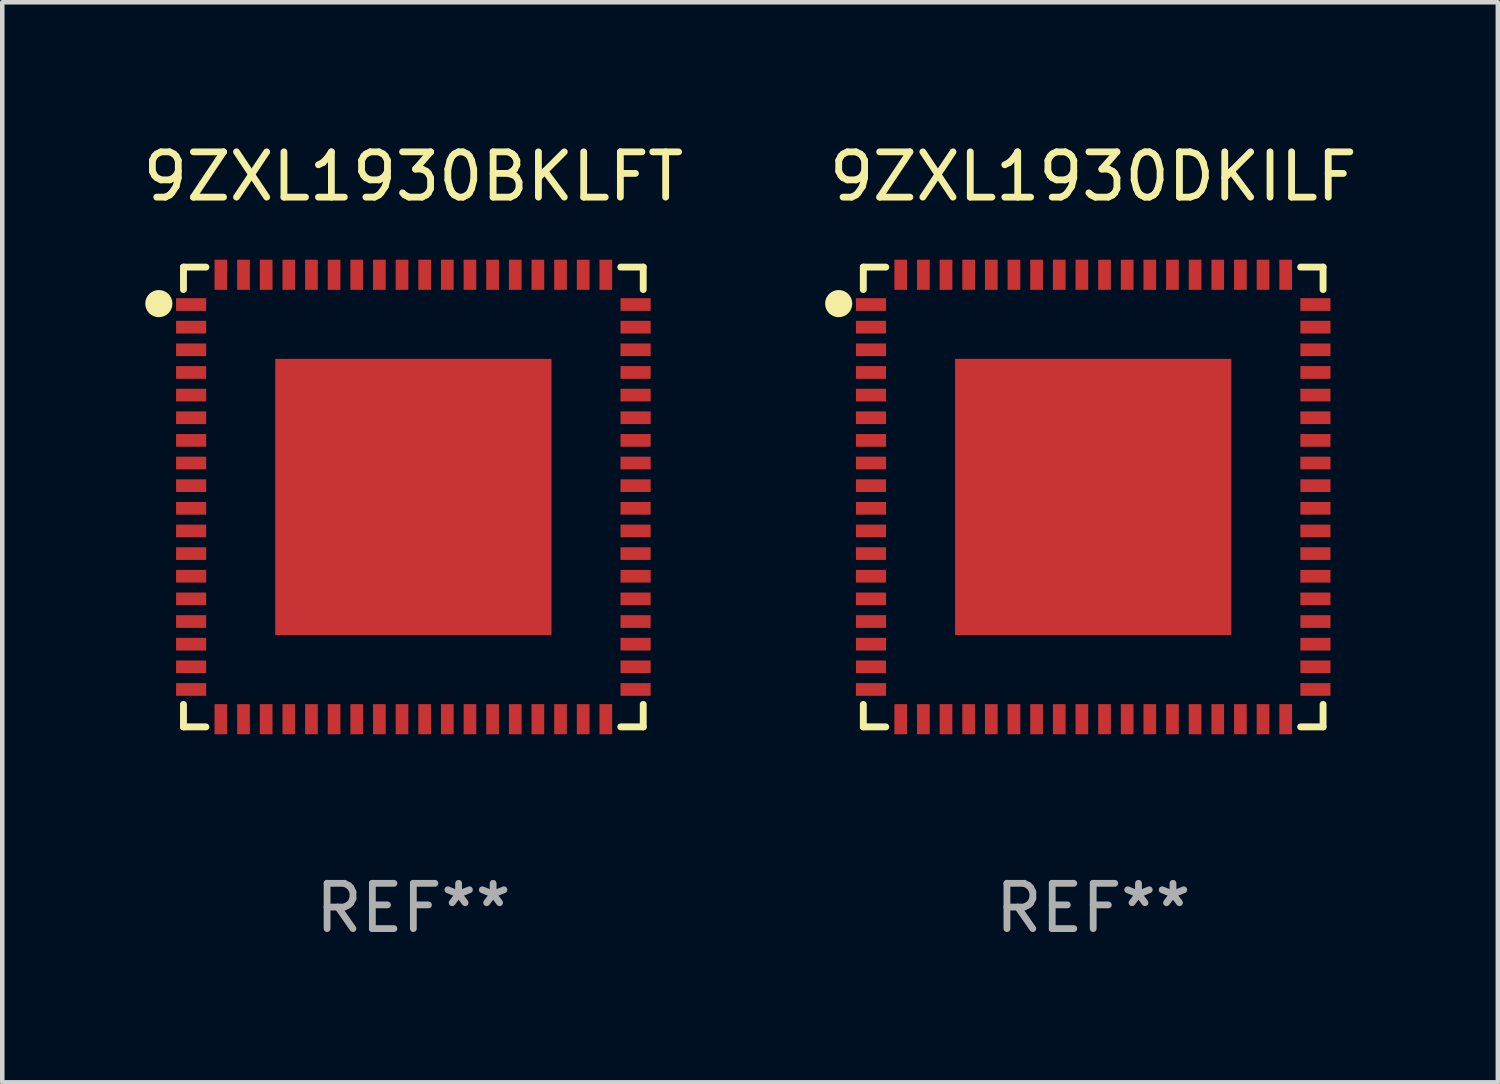
<source format=kicad_pcb>
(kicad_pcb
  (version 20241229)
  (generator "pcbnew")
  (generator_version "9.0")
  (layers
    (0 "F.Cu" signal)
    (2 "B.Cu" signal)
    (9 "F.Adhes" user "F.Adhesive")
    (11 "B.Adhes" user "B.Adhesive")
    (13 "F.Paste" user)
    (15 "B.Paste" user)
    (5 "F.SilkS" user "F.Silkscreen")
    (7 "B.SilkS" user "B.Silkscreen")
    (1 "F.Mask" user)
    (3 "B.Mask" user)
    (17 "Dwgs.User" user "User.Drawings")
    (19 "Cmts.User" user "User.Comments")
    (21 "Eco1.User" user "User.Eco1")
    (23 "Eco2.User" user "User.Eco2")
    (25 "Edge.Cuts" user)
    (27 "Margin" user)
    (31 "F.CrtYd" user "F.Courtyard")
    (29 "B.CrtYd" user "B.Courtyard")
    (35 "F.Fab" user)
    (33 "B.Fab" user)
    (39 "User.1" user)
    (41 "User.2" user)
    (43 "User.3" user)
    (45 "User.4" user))
  (footprint "9ZXL1930DKILF"
    (layer "F.Cu")
    (at 21.089 7.924)
    (property "Reference" "9ZXL1930DKILF" (at 0 -7.076 0) (layer "F.SilkS") (effects (font (size 1 1) (thickness 0.15))))
    (attr through_hole)
    (fp_line (start -5.076 -5.076) (end -5.076 -4.58) (stroke (width 0.152) (type solid)) (layer "F.SilkS"))
    (fp_line (start -5.076 5.076) (end -5.076 4.58) (stroke (width 0.152) (type solid)) (layer "F.SilkS"))
    (fp_line (start -4.58 -5.076) (end -5.076 -5.076) (stroke (width 0.152) (type solid)) (layer "F.SilkS"))
    (fp_line (start -4.58 5.076) (end -5.076 5.076) (stroke (width 0.152) (type solid)) (layer "F.SilkS"))
    (fp_line (start 4.58 -5.076) (end 5.076 -5.076) (stroke (width 0.152) (type solid)) (layer "F.SilkS"))
    (fp_line (start 4.58 5.076) (end 5.076 5.076) (stroke (width 0.152) (type solid)) (layer "F.SilkS"))
    (fp_line (start 5.076 -5.076) (end 5.076 -4.58) (stroke (width 0.152) (type solid)) (layer "F.SilkS"))
    (fp_line (start 5.076 5.076) (end 5.076 4.58) (stroke (width 0.152) (type solid)) (layer "F.SilkS"))
    (fp_circle (center -5.62 -4.27) (end -5.47 -4.27) (stroke (width 0.3) (type solid)) (fill no) (layer "F.SilkS"))
    (fp_text user "REF**" (at 0 9.076 0) (layer "F.Fab") (effects (font (size 1 1) (thickness 0.15))))
    (pad "1" smd rect (at -4.907 -4.25 270) (size 0.28 0.665) (layers "F.Cu" "F.Mask" "F.Paste"))
    (pad "2" smd rect (at -4.907 -3.75 270) (size 0.28 0.665) (layers "F.Cu" "F.Mask" "F.Paste"))
    (pad "3" smd rect (at -4.907 -3.25 270) (size 0.28 0.665) (layers "F.Cu" "F.Mask" "F.Paste"))
    (pad "4" smd rect (at -4.907 -2.75 270) (size 0.28 0.665) (layers "F.Cu" "F.Mask" "F.Paste"))
    (pad "5" smd rect (at -4.907 -2.25 270) (size 0.28 0.665) (layers "F.Cu" "F.Mask" "F.Paste"))
    (pad "6" smd rect (at -4.907 -1.75 270) (size 0.28 0.665) (layers "F.Cu" "F.Mask" "F.Paste"))
    (pad "7" smd rect (at -4.907 -1.25 270) (size 0.28 0.665) (layers "F.Cu" "F.Mask" "F.Paste"))
    (pad "8" smd rect (at -4.907 -0.75 270) (size 0.28 0.665) (layers "F.Cu" "F.Mask" "F.Paste"))
    (pad "9" smd rect (at -4.907 -0.25 270) (size 0.28 0.665) (layers "F.Cu" "F.Mask" "F.Paste"))
    (pad "10" smd rect (at -4.907 0.25 270) (size 0.28 0.665) (layers "F.Cu" "F.Mask" "F.Paste"))
    (pad "11" smd rect (at -4.907 0.75 270) (size 0.28 0.665) (layers "F.Cu" "F.Mask" "F.Paste"))
    (pad "12" smd rect (at -4.907 1.25 270) (size 0.28 0.665) (layers "F.Cu" "F.Mask" "F.Paste"))
    (pad "13" smd rect (at -4.907 1.75 270) (size 0.28 0.665) (layers "F.Cu" "F.Mask" "F.Paste"))
    (pad "14" smd rect (at -4.907 2.25 270) (size 0.28 0.665) (layers "F.Cu" "F.Mask" "F.Paste"))
    (pad "15" smd rect (at -4.907 2.75 270) (size 0.28 0.665) (layers "F.Cu" "F.Mask" "F.Paste"))
    (pad "16" smd rect (at -4.907 3.25 270) (size 0.28 0.665) (layers "F.Cu" "F.Mask" "F.Paste"))
    (pad "17" smd rect (at -4.907 3.75 270) (size 0.28 0.665) (layers "F.Cu" "F.Mask" "F.Paste"))
    (pad "18" smd rect (at -4.907 4.25 270) (size 0.28 0.665) (layers "F.Cu" "F.Mask" "F.Paste"))
    (pad "19" smd rect (at -4.25 4.907 270) (size 0.665 0.28) (layers "F.Cu" "F.Mask" "F.Paste"))
    (pad "20" smd rect (at -3.75 4.907 270) (size 0.665 0.28) (layers "F.Cu" "F.Mask" "F.Paste"))
    (pad "21" smd rect (at -3.25 4.907 270) (size 0.665 0.28) (layers "F.Cu" "F.Mask" "F.Paste"))
    (pad "22" smd rect (at -2.75 4.907 270) (size 0.665 0.28) (layers "F.Cu" "F.Mask" "F.Paste"))
    (pad "23" smd rect (at -2.25 4.907 270) (size 0.665 0.28) (layers "F.Cu" "F.Mask" "F.Paste"))
    (pad "24" smd rect (at -1.75 4.907 270) (size 0.665 0.28) (layers "F.Cu" "F.Mask" "F.Paste"))
    (pad "25" smd rect (at -1.25 4.907 270) (size 0.665 0.28) (layers "F.Cu" "F.Mask" "F.Paste"))
    (pad "26" smd rect (at -0.75 4.907 270) (size 0.665 0.28) (layers "F.Cu" "F.Mask" "F.Paste"))
    (pad "27" smd rect (at -0.25 4.907 270) (size 0.665 0.28) (layers "F.Cu" "F.Mask" "F.Paste"))
    (pad "28" smd rect (at 0.25 4.907 270) (size 0.665 0.28) (layers "F.Cu" "F.Mask" "F.Paste"))
    (pad "29" smd rect (at 0.75 4.907 270) (size 0.665 0.28) (layers "F.Cu" "F.Mask" "F.Paste"))
    (pad "30" smd rect (at 1.25 4.907 270) (size 0.665 0.28) (layers "F.Cu" "F.Mask" "F.Paste"))
    (pad "31" smd rect (at 1.75 4.907 270) (size 0.665 0.28) (layers "F.Cu" "F.Mask" "F.Paste"))
    (pad "32" smd rect (at 2.25 4.907 270) (size 0.665 0.28) (layers "F.Cu" "F.Mask" "F.Paste"))
    (pad "33" smd rect (at 2.75 4.907 270) (size 0.665 0.28) (layers "F.Cu" "F.Mask" "F.Paste"))
    (pad "34" smd rect (at 3.25 4.907 270) (size 0.665 0.28) (layers "F.Cu" "F.Mask" "F.Paste"))
    (pad "35" smd rect (at 3.75 4.907 270) (size 0.665 0.28) (layers "F.Cu" "F.Mask" "F.Paste"))
    (pad "36" smd rect (at 4.25 4.907 270) (size 0.665 0.28) (layers "F.Cu" "F.Mask" "F.Paste"))
    (pad "37" smd rect (at 4.907 4.25 270) (size 0.28 0.665) (layers "F.Cu" "F.Mask" "F.Paste"))
    (pad "38" smd rect (at 4.907 3.75 270) (size 0.28 0.665) (layers "F.Cu" "F.Mask" "F.Paste"))
    (pad "39" smd rect (at 4.907 3.25 270) (size 0.28 0.665) (layers "F.Cu" "F.Mask" "F.Paste"))
    (pad "40" smd rect (at 4.907 2.75 270) (size 0.28 0.665) (layers "F.Cu" "F.Mask" "F.Paste"))
    (pad "41" smd rect (at 4.907 2.25 270) (size 0.28 0.665) (layers "F.Cu" "F.Mask" "F.Paste"))
    (pad "42" smd rect (at 4.907 1.75 270) (size 0.28 0.665) (layers "F.Cu" "F.Mask" "F.Paste"))
    (pad "43" smd rect (at 4.907 1.25 270) (size 0.28 0.665) (layers "F.Cu" "F.Mask" "F.Paste"))
    (pad "44" smd rect (at 4.907 0.75 270) (size 0.28 0.665) (layers "F.Cu" "F.Mask" "F.Paste"))
    (pad "45" smd rect (at 4.907 0.25 270) (size 0.28 0.665) (layers "F.Cu" "F.Mask" "F.Paste"))
    (pad "46" smd rect (at 4.907 -0.25 270) (size 0.28 0.665) (layers "F.Cu" "F.Mask" "F.Paste"))
    (pad "47" smd rect (at 4.907 -0.75 270) (size 0.28 0.665) (layers "F.Cu" "F.Mask" "F.Paste"))
    (pad "48" smd rect (at 4.907 -1.25 270) (size 0.28 0.665) (layers "F.Cu" "F.Mask" "F.Paste"))
    (pad "49" smd rect (at 4.907 -1.75 270) (size 0.28 0.665) (layers "F.Cu" "F.Mask" "F.Paste"))
    (pad "50" smd rect (at 4.907 -2.25 270) (size 0.28 0.665) (layers "F.Cu" "F.Mask" "F.Paste"))
    (pad "51" smd rect (at 4.907 -2.75 270) (size 0.28 0.665) (layers "F.Cu" "F.Mask" "F.Paste"))
    (pad "52" smd rect (at 4.907 -3.25 270) (size 0.28 0.665) (layers "F.Cu" "F.Mask" "F.Paste"))
    (pad "53" smd rect (at 4.907 -3.75 270) (size 0.28 0.665) (layers "F.Cu" "F.Mask" "F.Paste"))
    (pad "54" smd rect (at 4.907 -4.25 270) (size 0.28 0.665) (layers "F.Cu" "F.Mask" "F.Paste"))
    (pad "55" smd rect (at 4.25 -4.907 270) (size 0.665 0.28) (layers "F.Cu" "F.Mask" "F.Paste"))
    (pad "56" smd rect (at 3.75 -4.907 270) (size 0.665 0.28) (layers "F.Cu" "F.Mask" "F.Paste"))
    (pad "57" smd rect (at 3.25 -4.907 270) (size 0.665 0.28) (layers "F.Cu" "F.Mask" "F.Paste"))
    (pad "58" smd rect (at 2.75 -4.907 270) (size 0.665 0.28) (layers "F.Cu" "F.Mask" "F.Paste"))
    (pad "59" smd rect (at 2.25 -4.907 270) (size 0.665 0.28) (layers "F.Cu" "F.Mask" "F.Paste"))
    (pad "60" smd rect (at 1.75 -4.907 270) (size 0.665 0.28) (layers "F.Cu" "F.Mask" "F.Paste"))
    (pad "61" smd rect (at 1.25 -4.907 270) (size 0.665 0.28) (layers "F.Cu" "F.Mask" "F.Paste"))
    (pad "62" smd rect (at 0.75 -4.907 270) (size 0.665 0.28) (layers "F.Cu" "F.Mask" "F.Paste"))
    (pad "63" smd rect (at 0.25 -4.907 270) (size 0.665 0.28) (layers "F.Cu" "F.Mask" "F.Paste"))
    (pad "64" smd rect (at -0.25 -4.907 270) (size 0.665 0.28) (layers "F.Cu" "F.Mask" "F.Paste"))
    (pad "65" smd rect (at -0.75 -4.907 270) (size 0.665 0.28) (layers "F.Cu" "F.Mask" "F.Paste"))
    (pad "66" smd rect (at -1.25 -4.907 270) (size 0.665 0.28) (layers "F.Cu" "F.Mask" "F.Paste"))
    (pad "67" smd rect (at -1.75 -4.907 270) (size 0.665 0.28) (layers "F.Cu" "F.Mask" "F.Paste"))
    (pad "68" smd rect (at -2.25 -4.907 270) (size 0.665 0.28) (layers "F.Cu" "F.Mask" "F.Paste"))
    (pad "69" smd rect (at -2.75 -4.907 270) (size 0.665 0.28) (layers "F.Cu" "F.Mask" "F.Paste"))
    (pad "70" smd rect (at -3.25 -4.907 270) (size 0.665 0.28) (layers "F.Cu" "F.Mask" "F.Paste"))
    (pad "71" smd rect (at -3.75 -4.907 270) (size 0.665 0.28) (layers "F.Cu" "F.Mask" "F.Paste"))
    (pad "72" smd rect (at -4.25 -4.907 270) (size 0.665 0.28) (layers "F.Cu" "F.Mask" "F.Paste"))
    (pad "73" smd rect (at 0.000127 0.000127 270) (size 6.1 6.1) (layers "F.Cu" "F.Mask" "F.Paste")))
  (footprint "9ZXL1930BKLFT"
    (layer "F.Cu")
    (at 6.077 7.924)
    (property "Reference" "9ZXL1930BKLFT" (at 0 -7.076 0) (layer "F.SilkS") (effects (font (size 1 1) (thickness 0.15))))
    (attr through_hole)
    (fp_line (start -5.076 -5.076) (end -5.076 -4.58) (stroke (width 0.152) (type solid)) (layer "F.SilkS"))
    (fp_line (start -5.076 5.076) (end -5.076 4.58) (stroke (width 0.152) (type solid)) (layer "F.SilkS"))
    (fp_line (start -4.58 -5.076) (end -5.076 -5.076) (stroke (width 0.152) (type solid)) (layer "F.SilkS"))
    (fp_line (start -4.58 5.076) (end -5.076 5.076) (stroke (width 0.152) (type solid)) (layer "F.SilkS"))
    (fp_line (start 4.58 -5.076) (end 5.076 -5.076) (stroke (width 0.152) (type solid)) (layer "F.SilkS"))
    (fp_line (start 4.58 5.076) (end 5.076 5.076) (stroke (width 0.152) (type solid)) (layer "F.SilkS"))
    (fp_line (start 5.076 -5.076) (end 5.076 -4.58) (stroke (width 0.152) (type solid)) (layer "F.SilkS"))
    (fp_line (start 5.076 5.076) (end 5.076 4.58) (stroke (width 0.152) (type solid)) (layer "F.SilkS"))
    (fp_circle (center -5.62 -4.27) (end -5.47 -4.27) (stroke (width 0.3) (type solid)) (fill no) (layer "F.SilkS"))
    (fp_text user "REF**" (at 0 9.076 0) (layer "F.Fab") (effects (font (size 1 1) (thickness 0.15))))
    (pad "1" smd rect (at -4.907 -4.25 270) (size 0.28 0.665) (layers "F.Cu" "F.Mask" "F.Paste"))
    (pad "2" smd rect (at -4.907 -3.75 270) (size 0.28 0.665) (layers "F.Cu" "F.Mask" "F.Paste"))
    (pad "3" smd rect (at -4.907 -3.25 270) (size 0.28 0.665) (layers "F.Cu" "F.Mask" "F.Paste"))
    (pad "4" smd rect (at -4.907 -2.75 270) (size 0.28 0.665) (layers "F.Cu" "F.Mask" "F.Paste"))
    (pad "5" smd rect (at -4.907 -2.25 270) (size 0.28 0.665) (layers "F.Cu" "F.Mask" "F.Paste"))
    (pad "6" smd rect (at -4.907 -1.75 270) (size 0.28 0.665) (layers "F.Cu" "F.Mask" "F.Paste"))
    (pad "7" smd rect (at -4.907 -1.25 270) (size 0.28 0.665) (layers "F.Cu" "F.Mask" "F.Paste"))
    (pad "8" smd rect (at -4.907 -0.75 270) (size 0.28 0.665) (layers "F.Cu" "F.Mask" "F.Paste"))
    (pad "9" smd rect (at -4.907 -0.25 270) (size 0.28 0.665) (layers "F.Cu" "F.Mask" "F.Paste"))
    (pad "10" smd rect (at -4.907 0.25 270) (size 0.28 0.665) (layers "F.Cu" "F.Mask" "F.Paste"))
    (pad "11" smd rect (at -4.907 0.75 270) (size 0.28 0.665) (layers "F.Cu" "F.Mask" "F.Paste"))
    (pad "12" smd rect (at -4.907 1.25 270) (size 0.28 0.665) (layers "F.Cu" "F.Mask" "F.Paste"))
    (pad "13" smd rect (at -4.907 1.75 270) (size 0.28 0.665) (layers "F.Cu" "F.Mask" "F.Paste"))
    (pad "14" smd rect (at -4.907 2.25 270) (size 0.28 0.665) (layers "F.Cu" "F.Mask" "F.Paste"))
    (pad "15" smd rect (at -4.907 2.75 270) (size 0.28 0.665) (layers "F.Cu" "F.Mask" "F.Paste"))
    (pad "16" smd rect (at -4.907 3.25 270) (size 0.28 0.665) (layers "F.Cu" "F.Mask" "F.Paste"))
    (pad "17" smd rect (at -4.907 3.75 270) (size 0.28 0.665) (layers "F.Cu" "F.Mask" "F.Paste"))
    (pad "18" smd rect (at -4.907 4.25 270) (size 0.28 0.665) (layers "F.Cu" "F.Mask" "F.Paste"))
    (pad "19" smd rect (at -4.25 4.907 270) (size 0.665 0.28) (layers "F.Cu" "F.Mask" "F.Paste"))
    (pad "20" smd rect (at -3.75 4.907 270) (size 0.665 0.28) (layers "F.Cu" "F.Mask" "F.Paste"))
    (pad "21" smd rect (at -3.25 4.907 270) (size 0.665 0.28) (layers "F.Cu" "F.Mask" "F.Paste"))
    (pad "22" smd rect (at -2.75 4.907 270) (size 0.665 0.28) (layers "F.Cu" "F.Mask" "F.Paste"))
    (pad "23" smd rect (at -2.25 4.907 270) (size 0.665 0.28) (layers "F.Cu" "F.Mask" "F.Paste"))
    (pad "24" smd rect (at -1.75 4.907 270) (size 0.665 0.28) (layers "F.Cu" "F.Mask" "F.Paste"))
    (pad "25" smd rect (at -1.25 4.907 270) (size 0.665 0.28) (layers "F.Cu" "F.Mask" "F.Paste"))
    (pad "26" smd rect (at -0.75 4.907 270) (size 0.665 0.28) (layers "F.Cu" "F.Mask" "F.Paste"))
    (pad "27" smd rect (at -0.25 4.907 270) (size 0.665 0.28) (layers "F.Cu" "F.Mask" "F.Paste"))
    (pad "28" smd rect (at 0.25 4.907 270) (size 0.665 0.28) (layers "F.Cu" "F.Mask" "F.Paste"))
    (pad "29" smd rect (at 0.75 4.907 270) (size 0.665 0.28) (layers "F.Cu" "F.Mask" "F.Paste"))
    (pad "30" smd rect (at 1.25 4.907 270) (size 0.665 0.28) (layers "F.Cu" "F.Mask" "F.Paste"))
    (pad "31" smd rect (at 1.75 4.907 270) (size 0.665 0.28) (layers "F.Cu" "F.Mask" "F.Paste"))
    (pad "32" smd rect (at 2.25 4.907 270) (size 0.665 0.28) (layers "F.Cu" "F.Mask" "F.Paste"))
    (pad "33" smd rect (at 2.75 4.907 270) (size 0.665 0.28) (layers "F.Cu" "F.Mask" "F.Paste"))
    (pad "34" smd rect (at 3.25 4.907 270) (size 0.665 0.28) (layers "F.Cu" "F.Mask" "F.Paste"))
    (pad "35" smd rect (at 3.75 4.907 270) (size 0.665 0.28) (layers "F.Cu" "F.Mask" "F.Paste"))
    (pad "36" smd rect (at 4.25 4.907 270) (size 0.665 0.28) (layers "F.Cu" "F.Mask" "F.Paste"))
    (pad "37" smd rect (at 4.907 4.25 270) (size 0.28 0.665) (layers "F.Cu" "F.Mask" "F.Paste"))
    (pad "38" smd rect (at 4.907 3.75 270) (size 0.28 0.665) (layers "F.Cu" "F.Mask" "F.Paste"))
    (pad "39" smd rect (at 4.907 3.25 270) (size 0.28 0.665) (layers "F.Cu" "F.Mask" "F.Paste"))
    (pad "40" smd rect (at 4.907 2.75 270) (size 0.28 0.665) (layers "F.Cu" "F.Mask" "F.Paste"))
    (pad "41" smd rect (at 4.907 2.25 270) (size 0.28 0.665) (layers "F.Cu" "F.Mask" "F.Paste"))
    (pad "42" smd rect (at 4.907 1.75 270) (size 0.28 0.665) (layers "F.Cu" "F.Mask" "F.Paste"))
    (pad "43" smd rect (at 4.907 1.25 270) (size 0.28 0.665) (layers "F.Cu" "F.Mask" "F.Paste"))
    (pad "44" smd rect (at 4.907 0.75 270) (size 0.28 0.665) (layers "F.Cu" "F.Mask" "F.Paste"))
    (pad "45" smd rect (at 4.907 0.25 270) (size 0.28 0.665) (layers "F.Cu" "F.Mask" "F.Paste"))
    (pad "46" smd rect (at 4.907 -0.25 270) (size 0.28 0.665) (layers "F.Cu" "F.Mask" "F.Paste"))
    (pad "47" smd rect (at 4.907 -0.75 270) (size 0.28 0.665) (layers "F.Cu" "F.Mask" "F.Paste"))
    (pad "48" smd rect (at 4.907 -1.25 270) (size 0.28 0.665) (layers "F.Cu" "F.Mask" "F.Paste"))
    (pad "49" smd rect (at 4.907 -1.75 270) (size 0.28 0.665) (layers "F.Cu" "F.Mask" "F.Paste"))
    (pad "50" smd rect (at 4.907 -2.25 270) (size 0.28 0.665) (layers "F.Cu" "F.Mask" "F.Paste"))
    (pad "51" smd rect (at 4.907 -2.75 270) (size 0.28 0.665) (layers "F.Cu" "F.Mask" "F.Paste"))
    (pad "52" smd rect (at 4.907 -3.25 270) (size 0.28 0.665) (layers "F.Cu" "F.Mask" "F.Paste"))
    (pad "53" smd rect (at 4.907 -3.75 270) (size 0.28 0.665) (layers "F.Cu" "F.Mask" "F.Paste"))
    (pad "54" smd rect (at 4.907 -4.25 270) (size 0.28 0.665) (layers "F.Cu" "F.Mask" "F.Paste"))
    (pad "55" smd rect (at 4.25 -4.907 270) (size 0.665 0.28) (layers "F.Cu" "F.Mask" "F.Paste"))
    (pad "56" smd rect (at 3.75 -4.907 270) (size 0.665 0.28) (layers "F.Cu" "F.Mask" "F.Paste"))
    (pad "57" smd rect (at 3.25 -4.907 270) (size 0.665 0.28) (layers "F.Cu" "F.Mask" "F.Paste"))
    (pad "58" smd rect (at 2.75 -4.907 270) (size 0.665 0.28) (layers "F.Cu" "F.Mask" "F.Paste"))
    (pad "59" smd rect (at 2.25 -4.907 270) (size 0.665 0.28) (layers "F.Cu" "F.Mask" "F.Paste"))
    (pad "60" smd rect (at 1.75 -4.907 270) (size 0.665 0.28) (layers "F.Cu" "F.Mask" "F.Paste"))
    (pad "61" smd rect (at 1.25 -4.907 270) (size 0.665 0.28) (layers "F.Cu" "F.Mask" "F.Paste"))
    (pad "62" smd rect (at 0.75 -4.907 270) (size 0.665 0.28) (layers "F.Cu" "F.Mask" "F.Paste"))
    (pad "63" smd rect (at 0.25 -4.907 270) (size 0.665 0.28) (layers "F.Cu" "F.Mask" "F.Paste"))
    (pad "64" smd rect (at -0.25 -4.907 270) (size 0.665 0.28) (layers "F.Cu" "F.Mask" "F.Paste"))
    (pad "65" smd rect (at -0.75 -4.907 270) (size 0.665 0.28) (layers "F.Cu" "F.Mask" "F.Paste"))
    (pad "66" smd rect (at -1.25 -4.907 270) (size 0.665 0.28) (layers "F.Cu" "F.Mask" "F.Paste"))
    (pad "67" smd rect (at -1.75 -4.907 270) (size 0.665 0.28) (layers "F.Cu" "F.Mask" "F.Paste"))
    (pad "68" smd rect (at -2.25 -4.907 270) (size 0.665 0.28) (layers "F.Cu" "F.Mask" "F.Paste"))
    (pad "69" smd rect (at -2.75 -4.907 270) (size 0.665 0.28) (layers "F.Cu" "F.Mask" "F.Paste"))
    (pad "70" smd rect (at -3.25 -4.907 270) (size 0.665 0.28) (layers "F.Cu" "F.Mask" "F.Paste"))
    (pad "71" smd rect (at -3.75 -4.907 270) (size 0.665 0.28) (layers "F.Cu" "F.Mask" "F.Paste"))
    (pad "72" smd rect (at -4.25 -4.907 270) (size 0.665 0.28) (layers "F.Cu" "F.Mask" "F.Paste"))
    (pad "73" smd rect (at 0.000127 0.000127 270) (size 6.1 6.1) (layers "F.Cu" "F.Mask" "F.Paste")))
  (gr_rect
    (start -3 -3)
    (end 30.024 20.849)
    (stroke (width 0.1) (type default))
    (fill no)
    (layer "Edge.Cuts")))
</source>
